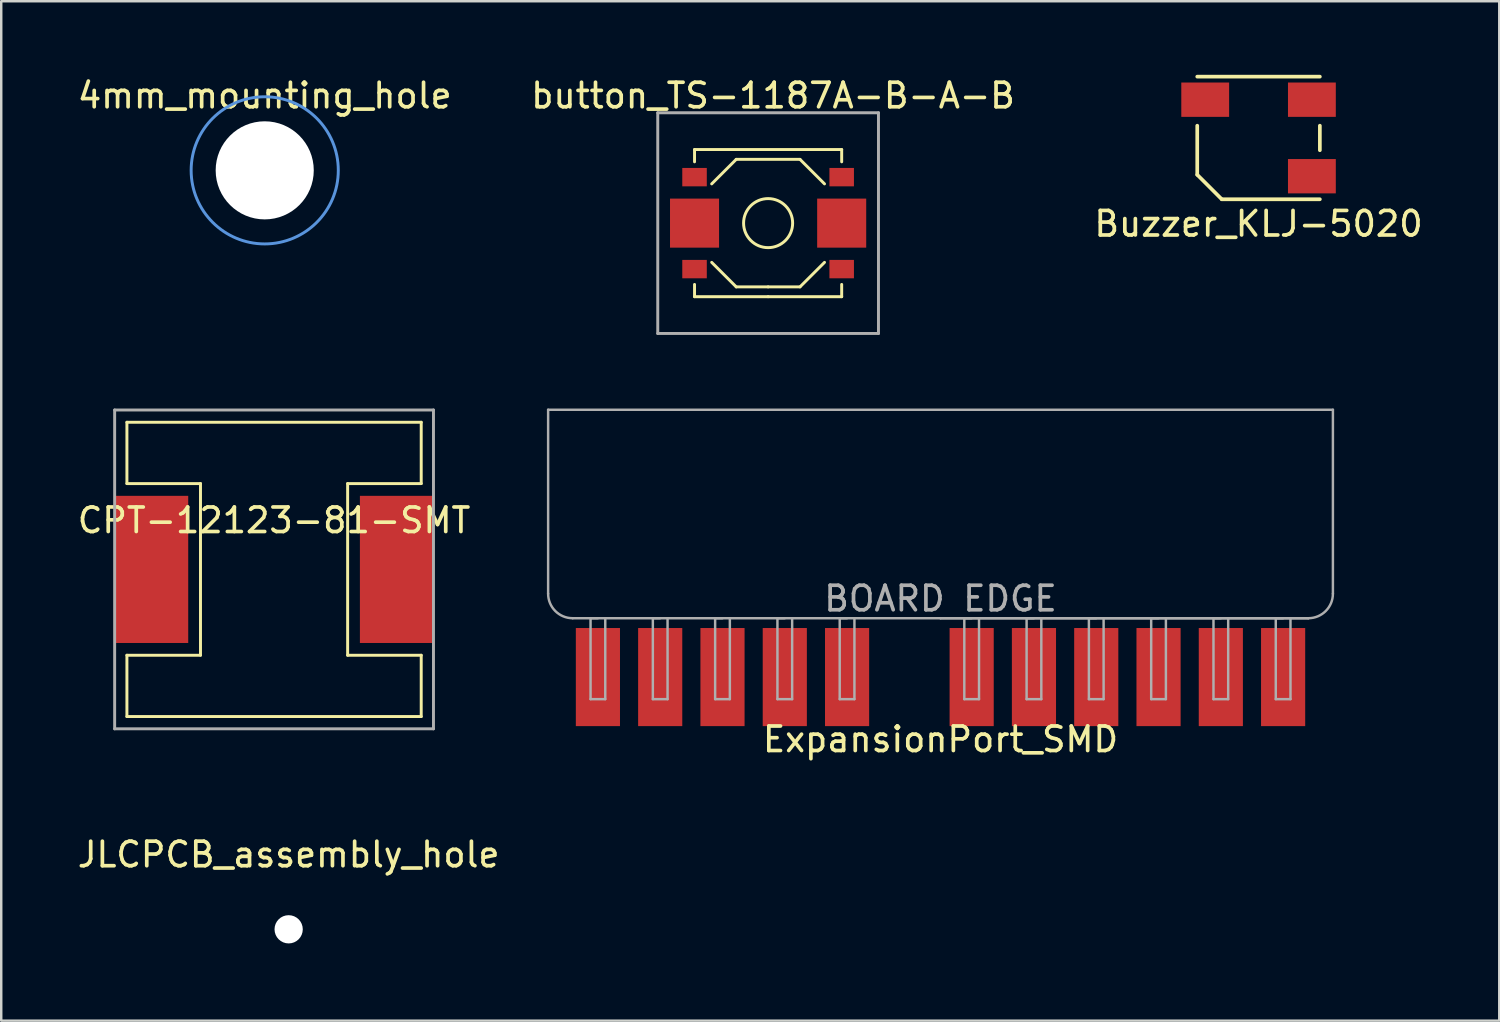
<source format=kicad_pcb>
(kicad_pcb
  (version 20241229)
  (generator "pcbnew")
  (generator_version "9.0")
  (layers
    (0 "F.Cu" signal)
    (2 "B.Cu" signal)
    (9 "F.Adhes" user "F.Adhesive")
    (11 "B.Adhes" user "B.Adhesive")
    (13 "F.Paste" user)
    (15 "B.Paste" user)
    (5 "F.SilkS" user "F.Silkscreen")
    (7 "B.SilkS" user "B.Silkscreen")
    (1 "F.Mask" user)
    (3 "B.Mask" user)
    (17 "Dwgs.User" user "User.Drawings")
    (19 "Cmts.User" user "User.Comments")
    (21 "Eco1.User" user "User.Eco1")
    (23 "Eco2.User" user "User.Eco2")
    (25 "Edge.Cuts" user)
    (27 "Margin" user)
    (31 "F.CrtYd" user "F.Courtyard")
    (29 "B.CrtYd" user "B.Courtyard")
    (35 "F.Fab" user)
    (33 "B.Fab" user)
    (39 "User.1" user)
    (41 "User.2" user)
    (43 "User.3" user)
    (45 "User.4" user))
  (footprint "button_TS-1187A-B-A-B"
    (layer "F.Cu")
    (at 28.27 6.048)
    (property "Reference" "button_TS-1187A-B-A-B" (at 0.2 -5.2 0) (layer "F.SilkS") (effects (font (size 1 1) (thickness 0.15))))
    (attr through_hole)
    (fp_line (start -3 -3) (end 3 -3) (stroke (width 0.12) (type solid)) (layer "F.SilkS"))
    (fp_line (start -3 -2.5) (end -3 -3) (stroke (width 0.12) (type solid)) (layer "F.SilkS"))
    (fp_line (start -3 2.5) (end -3 3) (stroke (width 0.12) (type solid)) (layer "F.SilkS"))
    (fp_line (start -3 3) (end 0 3) (stroke (width 0.12) (type solid)) (layer "F.SilkS"))
    (fp_line (start -1.3 -2.6) (end -2.3 -1.6) (stroke (width 0.12) (type solid)) (layer "F.SilkS"))
    (fp_line (start -1.3 2.6) (end -2.3 1.6) (stroke (width 0.12) (type solid)) (layer "F.SilkS"))
    (fp_line (start 0 2.6) (end -1.3 2.6) (stroke (width 0.12) (type solid)) (layer "F.SilkS"))
    (fp_line (start 0 2.6) (end 1.3 2.6) (stroke (width 0.12) (type solid)) (layer "F.SilkS"))
    (fp_line (start 0 3) (end 3 3) (stroke (width 0.12) (type solid)) (layer "F.SilkS"))
    (fp_line (start 1.3 -2.6) (end -1.3 -2.6) (stroke (width 0.12) (type solid)) (layer "F.SilkS"))
    (fp_line (start 1.3 -2.6) (end 2.3 -1.6) (stroke (width 0.12) (type solid)) (layer "F.SilkS"))
    (fp_line (start 1.3 2.6) (end 2.3 1.6) (stroke (width 0.12) (type solid)) (layer "F.SilkS"))
    (fp_line (start 3 -3) (end 3 -2.5) (stroke (width 0.12) (type solid)) (layer "F.SilkS"))
    (fp_line (start 3 3) (end 3 2.5) (stroke (width 0.12) (type solid)) (layer "F.SilkS"))
    (fp_circle (center 0 0) (end 1 0) (stroke (width 0.12) (type solid)) (fill no) (layer "F.SilkS"))
    (fp_line (start -4.5 -4.5) (end -4.5 4.5) (stroke (width 0.12) (type solid)) (layer "F.Fab"))
    (fp_line (start -4.5 4.5) (end 4.5 4.5) (stroke (width 0.12) (type solid)) (layer "F.Fab"))
    (fp_line (start 4.5 -4.5) (end -4.5 -4.5) (stroke (width 0.12) (type solid)) (layer "F.Fab"))
    (fp_line (start 4.5 4.5) (end 4.5 -4.5) (stroke (width 0.12) (type solid)) (layer "F.Fab"))
    (pad "1" smd rect (at -3 -1.875) (size 1 0.75) (layers "F.Cu" "F.Mask" "F.Paste"))
    (pad "1" smd rect (at -3 0) (size 2 2) (layers "F.Cu" "F.Mask" "F.Paste"))
    (pad "1" smd rect (at 3 -1.875) (size 1 0.75) (layers "F.Cu" "F.Mask" "F.Paste"))
    (pad "2" smd rect (at -3 1.875) (size 1 0.75) (layers "F.Cu" "F.Mask" "F.Paste"))
    (pad "2" smd rect (at 3 0) (size 2 2) (layers "F.Cu" "F.Mask" "F.Paste"))
    (pad "2" smd rect (at 3 1.875) (size 1 0.75) (layers "F.Cu" "F.Mask" "F.Paste")))
  (footprint "4mm_mounting_hole"
    (layer "F.Cu")
    (at 7.744 3.896)
    (property "Reference" "4mm_mounting_hole" (at 0 -3.048 0) (layer "F.SilkS") (effects (font (size 1 1) (thickness 0.15))))
    (attr through_hole)
    (fp_circle (center 0 0) (end 0.65 0) (stroke (width 0.15) (type solid)) (fill no) (layer "F.Mask"))
    (fp_circle (center 0 0) (end 0.65 0) (stroke (width 0.15) (type solid)) (fill no) (layer "B.Mask"))
    (fp_circle (center 0 0) (end 3 0) (stroke (width 0.12) (type solid)) (fill no) (layer "Cmts.User"))
    (pad "" np_thru_hole circle (at 0 0) (size 4 4) (drill 4) (layers "*.Cu" "*.Mask"))
    (pad "" smd circle (at 0 0) (size 5 5) (layers "*.Mask")))
  (footprint "Buzzer_KLJ-5020"
    (layer "F.Cu")
    (at 48.268 2.575)
    (property "Reference" "Buzzer_KLJ-5020" (at 0 3.5 0) (unlocked yes) (layer "F.SilkS") (effects (font (size 1 1) (thickness 0.15))))
    (attr smd)
    (fp_line (start -2.5 1.5) (end -2.5 -0.5) (stroke (width 0.15) (type solid)) (layer "F.SilkS"))
    (fp_line (start -1.5 2.5) (end -2.5 1.5) (stroke (width 0.15) (type solid)) (layer "F.SilkS"))
    (fp_line (start 2.5 -2.5) (end -2.5 -2.5) (stroke (width 0.15) (type solid)) (layer "F.SilkS"))
    (fp_line (start 2.5 0.5) (end 2.5 -0.5) (stroke (width 0.15) (type solid)) (layer "F.SilkS"))
    (fp_line (start 2.5 2.5) (end -1.5 2.5) (stroke (width 0.15) (type solid)) (layer "F.SilkS"))
    (pad "1" smd rect (at 2.175 -1.56) (size 1.95 1.4) (layers "F.Cu" "F.Mask" "F.Paste"))
    (pad "2" smd rect (at -2.175 -1.56) (size 1.95 1.4) (layers "F.Cu" "F.Mask" "F.Paste"))
    (pad "3" smd rect (at 2.175 1.56) (size 1.95 1.4) (layers "F.Cu" "F.Mask" "F.Paste")))
  (footprint "JLCPCB_assembly_hole"
    (layer "F.Cu")
    (at 8.72 34.843)
    (property "Reference" "JLCPCB_assembly_hole" (at 0 -3.048 0) (layer "F.SilkS") (effects (font (size 1 1) (thickness 0.15))))
    (attr through_hole)
    (fp_circle (center 0 0) (end 0.65 0) (stroke (width 0.15) (type solid)) (fill no) (layer "F.Mask"))
    (fp_circle (center 0 0) (end 0.65 0) (stroke (width 0.15) (type solid)) (fill no) (layer "B.Mask"))
    (pad "" np_thru_hole circle (at 0 0) (size 1.152 1.152) (drill 1.152) (layers "*.Cu" "*.Mask")))
  (footprint "ExpansionPort_SMD"
    (layer "F.Cu")
    (at 35.3 22.158)
    (property "Reference" "ExpansionPort_SMD" (at 0 4.94 0) (unlocked yes) (layer "F.SilkS") (effects (font (size 1 1) (thickness 0.15))))
    (attr smd)
    (fp_line (start -16 -8.5) (end -16 -1) (stroke (width 0.1) (type solid)) (layer "F.Fab"))
    (fp_line (start -14.27 0) (end -14.27 3.3) (stroke (width 0.1) (type solid)) (layer "F.Fab"))
    (fp_line (start -14.27 0) (end -13.97 0) (stroke (width 0.1) (type solid)) (layer "F.Fab"))
    (fp_line (start -14.27 3.3) (end -13.67 3.3) (stroke (width 0.1) (type solid)) (layer "F.Fab"))
    (fp_line (start -13.67 3.3) (end -13.67 0) (stroke (width 0.1) (type solid)) (layer "F.Fab"))
    (fp_line (start -11.73 0) (end -11.73 3.3) (stroke (width 0.1) (type solid)) (layer "F.Fab"))
    (fp_line (start -11.73 0) (end -11.43 0) (stroke (width 0.1) (type solid)) (layer "F.Fab"))
    (fp_line (start -11.73 3.3) (end -11.13 3.3) (stroke (width 0.1) (type solid)) (layer "F.Fab"))
    (fp_line (start -11.13 3.3) (end -11.13 0) (stroke (width 0.1) (type solid)) (layer "F.Fab"))
    (fp_line (start -9.19 0) (end -9.19 3.3) (stroke (width 0.1) (type solid)) (layer "F.Fab"))
    (fp_line (start -9.19 0) (end -8.89 0) (stroke (width 0.1) (type solid)) (layer "F.Fab"))
    (fp_line (start -9.19 3.3) (end -8.59 3.3) (stroke (width 0.1) (type solid)) (layer "F.Fab"))
    (fp_line (start -8.59 3.3) (end -8.59 0) (stroke (width 0.1) (type solid)) (layer "F.Fab"))
    (fp_line (start -6.65 0) (end -6.65 3.3) (stroke (width 0.1) (type solid)) (layer "F.Fab"))
    (fp_line (start -6.65 0) (end -6.35 0) (stroke (width 0.1) (type solid)) (layer "F.Fab"))
    (fp_line (start -6.65 3.3) (end -6.05 3.3) (stroke (width 0.1) (type solid)) (layer "F.Fab"))
    (fp_line (start -6.05 3.3) (end -6.05 0) (stroke (width 0.1) (type solid)) (layer "F.Fab"))
    (fp_line (start -4.11 0) (end -4.11 3.3) (stroke (width 0.1) (type solid)) (layer "F.Fab"))
    (fp_line (start -4.11 0) (end -3.81 0) (stroke (width 0.1) (type solid)) (layer "F.Fab"))
    (fp_line (start -4.11 3.3) (end -3.51 3.3) (stroke (width 0.1) (type solid)) (layer "F.Fab"))
    (fp_line (start -3.51 3.3) (end -3.51 0) (stroke (width 0.1) (type solid)) (layer "F.Fab"))
    (fp_line (start 0 0) (end -15 0) (stroke (width 0.1) (type solid)) (layer "F.Fab"))
    (fp_line (start 0 0) (end 15 0) (stroke (width 0.1) (type solid)) (layer "F.Fab"))
    (fp_line (start 0.97 0) (end 0.97 3.3) (stroke (width 0.1) (type solid)) (layer "F.Fab"))
    (fp_line (start 0.97 0) (end 1.27 0) (stroke (width 0.1) (type solid)) (layer "F.Fab"))
    (fp_line (start 0.97 3.3) (end 1.57 3.3) (stroke (width 0.1) (type solid)) (layer "F.Fab"))
    (fp_line (start 1.57 3.3) (end 1.57 0) (stroke (width 0.1) (type solid)) (layer "F.Fab"))
    (fp_line (start 3.51 0) (end 3.51 3.3) (stroke (width 0.1) (type solid)) (layer "F.Fab"))
    (fp_line (start 3.51 0) (end 3.81 0) (stroke (width 0.1) (type solid)) (layer "F.Fab"))
    (fp_line (start 3.51 3.3) (end 4.11 3.3) (stroke (width 0.1) (type solid)) (layer "F.Fab"))
    (fp_line (start 4.11 3.3) (end 4.11 0) (stroke (width 0.1) (type solid)) (layer "F.Fab"))
    (fp_line (start 6.05 0) (end 6.05 3.3) (stroke (width 0.1) (type solid)) (layer "F.Fab"))
    (fp_line (start 6.05 0) (end 6.35 0) (stroke (width 0.1) (type solid)) (layer "F.Fab"))
    (fp_line (start 6.05 3.3) (end 6.65 3.3) (stroke (width 0.1) (type solid)) (layer "F.Fab"))
    (fp_line (start 6.65 3.3) (end 6.65 0) (stroke (width 0.1) (type solid)) (layer "F.Fab"))
    (fp_line (start 8.59 0) (end 8.59 3.3) (stroke (width 0.1) (type solid)) (layer "F.Fab"))
    (fp_line (start 8.59 0) (end 8.89 0) (stroke (width 0.1) (type solid)) (layer "F.Fab"))
    (fp_line (start 8.59 3.3) (end 9.19 3.3) (stroke (width 0.1) (type solid)) (layer "F.Fab"))
    (fp_line (start 9.19 3.3) (end 9.19 0) (stroke (width 0.1) (type solid)) (layer "F.Fab"))
    (fp_line (start 11.13 0) (end 11.13 3.3) (stroke (width 0.1) (type solid)) (layer "F.Fab"))
    (fp_line (start 11.13 0) (end 11.43 0) (stroke (width 0.1) (type solid)) (layer "F.Fab"))
    (fp_line (start 11.13 3.3) (end 11.73 3.3) (stroke (width 0.1) (type solid)) (layer "F.Fab"))
    (fp_line (start 11.73 3.3) (end 11.73 0) (stroke (width 0.1) (type solid)) (layer "F.Fab"))
    (fp_line (start 13.67 0) (end 13.67 3.3) (stroke (width 0.1) (type solid)) (layer "F.Fab"))
    (fp_line (start 13.67 0) (end 13.97 0) (stroke (width 0.1) (type solid)) (layer "F.Fab"))
    (fp_line (start 13.67 3.3) (end 14.27 3.3) (stroke (width 0.1) (type solid)) (layer "F.Fab"))
    (fp_line (start 14.27 3.3) (end 14.27 0) (stroke (width 0.1) (type solid)) (layer "F.Fab"))
    (fp_line (start 15 0) (end 0 0) (stroke (width 0.1) (type solid)) (layer "F.Fab"))
    (fp_line (start 16 -8.5) (end -16 -8.5) (stroke (width 0.1) (type solid)) (layer "F.Fab"))
    (fp_line (start 16 -1) (end 16 -8.5) (stroke (width 0.1) (type solid)) (layer "F.Fab"))
    (fp_arc (start -15 0) (mid -15.707107 -0.292893) (end -16 -1) (stroke (width 0.1) (type solid)) (layer "F.Fab"))
    (fp_arc (start 16 -1) (mid 15.707107 -0.292893) (end 15 0) (stroke (width 0.1) (type solid)) (layer "F.Fab"))
    (fp_text user "BOARD EDGE" (at 0 -0.8 0) (unlocked yes) (layer "F.Fab") (effects (font (size 1 1) (thickness 0.15))))
    (pad "1" smd rect (at 13.97 2.4) (size 1.8 4) (layers "F.Cu" "F.Mask" "F.Paste"))
    (pad "2" smd rect (at 11.43 2.4) (size 1.8 4) (layers "F.Cu" "F.Mask" "F.Paste"))
    (pad "3" smd rect (at 8.89 2.4) (size 1.8 4) (layers "F.Cu" "F.Mask" "F.Paste"))
    (pad "4" smd rect (at 6.35 2.4) (size 1.8 4) (layers "F.Cu" "F.Mask" "F.Paste"))
    (pad "5" smd rect (at 3.81 2.4) (size 1.8 4) (layers "F.Cu" "F.Mask" "F.Paste"))
    (pad "6" smd rect (at 1.27 2.4) (size 1.8 4) (layers "F.Cu" "F.Mask" "F.Paste"))
    (pad "8" smd rect (at -3.81 2.4) (size 1.8 4) (layers "F.Cu" "F.Mask" "F.Paste"))
    (pad "9" smd rect (at -6.35 2.4) (size 1.8 4) (layers "F.Cu" "F.Mask" "F.Paste"))
    (pad "10" smd rect (at -8.89 2.4) (size 1.8 4) (layers "F.Cu" "F.Mask" "F.Paste"))
    (pad "11" smd rect (at -11.43 2.4) (size 1.8 4) (layers "F.Cu" "F.Mask" "F.Paste"))
    (pad "12" smd rect (at -13.97 2.4) (size 1.8 4) (layers "F.Cu" "F.Mask" "F.Paste")))
  (footprint "CPT-12123-81-SMT"
    (layer "F.Cu")
    (at 8.125 20.168)
    (property "Reference" "CPT-12123-81-SMT" (at 0 -2 0) (layer "F.SilkS") (effects (font (size 1 1) (thickness 0.15))))
    (attr through_hole)
    (fp_line (start -6 -6) (end 6 -6) (stroke (width 0.12) (type solid)) (layer "F.SilkS"))
    (fp_line (start -6 -3.5) (end -6 -6) (stroke (width 0.12) (type solid)) (layer "F.SilkS"))
    (fp_line (start -6 3.5) (end -3 3.5) (stroke (width 0.12) (type solid)) (layer "F.SilkS"))
    (fp_line (start -6 6) (end -6 3.5) (stroke (width 0.12) (type solid)) (layer "F.SilkS"))
    (fp_line (start -3 -3.5) (end -6 -3.5) (stroke (width 0.12) (type solid)) (layer "F.SilkS"))
    (fp_line (start -3 3.5) (end -3 -3.5) (stroke (width 0.12) (type solid)) (layer "F.SilkS"))
    (fp_line (start 3 -3.5) (end 6 -3.5) (stroke (width 0.12) (type solid)) (layer "F.SilkS"))
    (fp_line (start 3 3.5) (end 3 -3.5) (stroke (width 0.12) (type solid)) (layer "F.SilkS"))
    (fp_line (start 6 -3.5) (end 6 -6) (stroke (width 0.12) (type solid)) (layer "F.SilkS"))
    (fp_line (start 6 3.5) (end 3 3.5) (stroke (width 0.12) (type solid)) (layer "F.SilkS"))
    (fp_line (start 6 6) (end -6 6) (stroke (width 0.12) (type solid)) (layer "F.SilkS"))
    (fp_line (start 6 6) (end 6 3.5) (stroke (width 0.12) (type solid)) (layer "F.SilkS"))
    (fp_line (start -6.5 -6.5) (end 6.5 -6.5) (stroke (width 0.12) (type solid)) (layer "F.Fab"))
    (fp_line (start -6.5 6.5) (end -6.5 -6.5) (stroke (width 0.12) (type solid)) (layer "F.Fab"))
    (fp_line (start 6.5 -6.5) (end 6.5 6.5) (stroke (width 0.12) (type solid)) (layer "F.Fab"))
    (fp_line (start 6.5 6.5) (end -6.5 6.5) (stroke (width 0.12) (type solid)) (layer "F.Fab"))
    (pad "1" smd rect (at -5 0) (size 3 6) (layers "F.Cu" "F.Mask" "F.Paste"))
    (pad "2" smd rect (at 5 0) (size 3 6) (layers "F.Cu" "F.Mask" "F.Paste")))
  (gr_rect
    (start -3 -3)
    (end 58.083 38.568)
    (stroke (width 0.1) (type default))
    (fill no)
    (layer "Edge.Cuts")))
</source>
